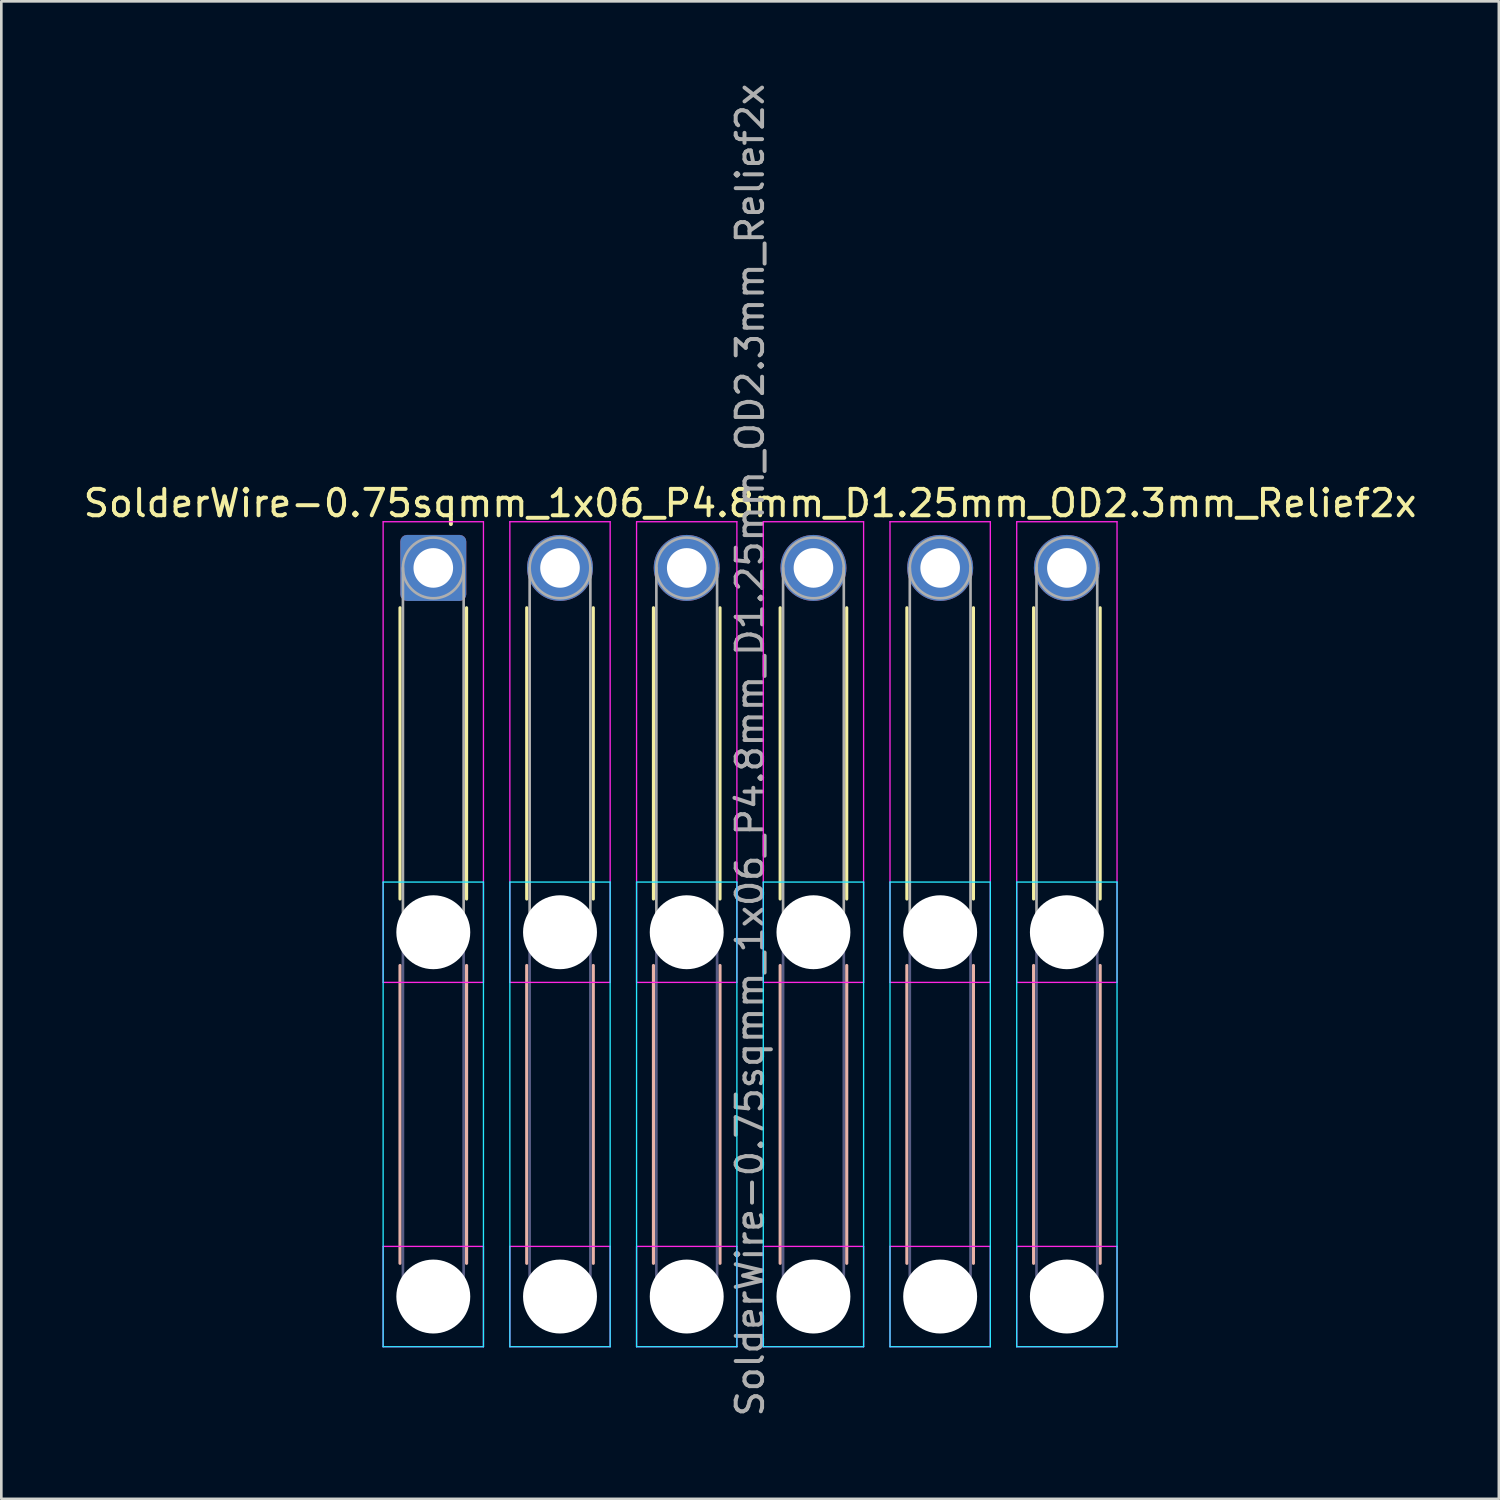
<source format=kicad_pcb>
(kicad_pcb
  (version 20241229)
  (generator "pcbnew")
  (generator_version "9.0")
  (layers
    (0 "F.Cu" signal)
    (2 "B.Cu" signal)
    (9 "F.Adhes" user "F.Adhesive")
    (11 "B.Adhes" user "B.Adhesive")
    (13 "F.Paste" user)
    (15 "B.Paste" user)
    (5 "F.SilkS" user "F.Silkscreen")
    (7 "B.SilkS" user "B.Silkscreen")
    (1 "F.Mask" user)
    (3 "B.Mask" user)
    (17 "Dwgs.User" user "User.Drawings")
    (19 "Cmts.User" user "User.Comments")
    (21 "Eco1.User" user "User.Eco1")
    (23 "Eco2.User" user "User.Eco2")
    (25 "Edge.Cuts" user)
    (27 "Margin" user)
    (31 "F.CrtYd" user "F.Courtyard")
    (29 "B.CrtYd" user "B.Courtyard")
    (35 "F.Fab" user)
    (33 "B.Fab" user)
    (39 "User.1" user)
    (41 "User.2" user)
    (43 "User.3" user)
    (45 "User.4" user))
  (footprint "SolderWire-0.75sqmm_1x06_P4.8mm_D1.25mm_OD2.3mm_Relief2x"
    (layer "F.Cu")
    (at 13.363 18.463)
    (property "Reference" "SolderWire-0.75sqmm_1x06_P4.8mm_D1.25mm_OD2.3mm_Relief2x" (at 12 -2.45 0) (layer "F.SilkS") (effects (font (size 1 1) (thickness 0.15))))
    (attr exclude_from_pos_files exclude_from_bom)
    (fp_line (start -1.26 1.51) (end -1.26 12.54) (stroke (width 0.12) (type solid)) (layer "F.SilkS"))
    (fp_line (start 1.26 1.51) (end 1.26 12.54) (stroke (width 0.12) (type solid)) (layer "F.SilkS"))
    (fp_line (start 3.54 1.51) (end 3.54 12.54) (stroke (width 0.12) (type solid)) (layer "F.SilkS"))
    (fp_line (start 6.06 1.51) (end 6.06 12.54) (stroke (width 0.12) (type solid)) (layer "F.SilkS"))
    (fp_line (start 8.34 1.51) (end 8.34 12.54) (stroke (width 0.12) (type solid)) (layer "F.SilkS"))
    (fp_line (start 10.86 1.51) (end 10.86 12.54) (stroke (width 0.12) (type solid)) (layer "F.SilkS"))
    (fp_line (start 13.14 1.51) (end 13.14 12.54) (stroke (width 0.12) (type solid)) (layer "F.SilkS"))
    (fp_line (start 15.66 1.51) (end 15.66 12.54) (stroke (width 0.12) (type solid)) (layer "F.SilkS"))
    (fp_line (start 17.94 1.51) (end 17.94 12.54) (stroke (width 0.12) (type solid)) (layer "F.SilkS"))
    (fp_line (start 20.46 1.51) (end 20.46 12.54) (stroke (width 0.12) (type solid)) (layer "F.SilkS"))
    (fp_line (start 22.74 1.51) (end 22.74 12.54) (stroke (width 0.12) (type solid)) (layer "F.SilkS"))
    (fp_line (start 25.26 1.51) (end 25.26 12.54) (stroke (width 0.12) (type solid)) (layer "F.SilkS"))
    (fp_line (start -1.26 15.06) (end -1.26 26.34) (stroke (width 0.12) (type solid)) (layer "B.SilkS"))
    (fp_line (start 1.26 15.06) (end 1.26 26.34) (stroke (width 0.12) (type solid)) (layer "B.SilkS"))
    (fp_line (start 3.54 15.06) (end 3.54 26.34) (stroke (width 0.12) (type solid)) (layer "B.SilkS"))
    (fp_line (start 6.06 15.06) (end 6.06 26.34) (stroke (width 0.12) (type solid)) (layer "B.SilkS"))
    (fp_line (start 8.34 15.06) (end 8.34 26.34) (stroke (width 0.12) (type solid)) (layer "B.SilkS"))
    (fp_line (start 10.86 15.06) (end 10.86 26.34) (stroke (width 0.12) (type solid)) (layer "B.SilkS"))
    (fp_line (start 13.14 15.06) (end 13.14 26.34) (stroke (width 0.12) (type solid)) (layer "B.SilkS"))
    (fp_line (start 15.66 15.06) (end 15.66 26.34) (stroke (width 0.12) (type solid)) (layer "B.SilkS"))
    (fp_line (start 17.94 15.06) (end 17.94 26.34) (stroke (width 0.12) (type solid)) (layer "B.SilkS"))
    (fp_line (start 20.46 15.06) (end 20.46 26.34) (stroke (width 0.12) (type solid)) (layer "B.SilkS"))
    (fp_line (start 22.74 15.06) (end 22.74 26.34) (stroke (width 0.12) (type solid)) (layer "B.SilkS"))
    (fp_line (start 25.26 15.06) (end 25.26 26.34) (stroke (width 0.12) (type solid)) (layer "B.SilkS"))
    (fp_line (start -1.9 11.9) (end -1.9 29.5) (stroke (width 0.05) (type solid)) (layer "B.CrtYd"))
    (fp_line (start -1.9 29.5) (end 1.9 29.5) (stroke (width 0.05) (type solid)) (layer "B.CrtYd"))
    (fp_line (start 1.9 11.9) (end -1.9 11.9) (stroke (width 0.05) (type solid)) (layer "B.CrtYd"))
    (fp_line (start 1.9 29.5) (end 1.9 11.9) (stroke (width 0.05) (type solid)) (layer "B.CrtYd"))
    (fp_line (start 2.9 11.9) (end 2.9 29.5) (stroke (width 0.05) (type solid)) (layer "B.CrtYd"))
    (fp_line (start 2.9 29.5) (end 6.7 29.5) (stroke (width 0.05) (type solid)) (layer "B.CrtYd"))
    (fp_line (start 6.7 11.9) (end 2.9 11.9) (stroke (width 0.05) (type solid)) (layer "B.CrtYd"))
    (fp_line (start 6.7 29.5) (end 6.7 11.9) (stroke (width 0.05) (type solid)) (layer "B.CrtYd"))
    (fp_line (start 7.7 11.9) (end 7.7 29.5) (stroke (width 0.05) (type solid)) (layer "B.CrtYd"))
    (fp_line (start 7.7 29.5) (end 11.5 29.5) (stroke (width 0.05) (type solid)) (layer "B.CrtYd"))
    (fp_line (start 11.5 11.9) (end 7.7 11.9) (stroke (width 0.05) (type solid)) (layer "B.CrtYd"))
    (fp_line (start 11.5 29.5) (end 11.5 11.9) (stroke (width 0.05) (type solid)) (layer "B.CrtYd"))
    (fp_line (start 12.5 11.9) (end 12.5 29.5) (stroke (width 0.05) (type solid)) (layer "B.CrtYd"))
    (fp_line (start 12.5 29.5) (end 16.3 29.5) (stroke (width 0.05) (type solid)) (layer "B.CrtYd"))
    (fp_line (start 16.3 11.9) (end 12.5 11.9) (stroke (width 0.05) (type solid)) (layer "B.CrtYd"))
    (fp_line (start 16.3 29.5) (end 16.3 11.9) (stroke (width 0.05) (type solid)) (layer "B.CrtYd"))
    (fp_line (start 17.3 11.9) (end 17.3 29.5) (stroke (width 0.05) (type solid)) (layer "B.CrtYd"))
    (fp_line (start 17.3 29.5) (end 21.1 29.5) (stroke (width 0.05) (type solid)) (layer "B.CrtYd"))
    (fp_line (start 21.1 11.9) (end 17.3 11.9) (stroke (width 0.05) (type solid)) (layer "B.CrtYd"))
    (fp_line (start 21.1 29.5) (end 21.1 11.9) (stroke (width 0.05) (type solid)) (layer "B.CrtYd"))
    (fp_line (start 22.1 11.9) (end 22.1 29.5) (stroke (width 0.05) (type solid)) (layer "B.CrtYd"))
    (fp_line (start 22.1 29.5) (end 25.9 29.5) (stroke (width 0.05) (type solid)) (layer "B.CrtYd"))
    (fp_line (start 25.9 11.9) (end 22.1 11.9) (stroke (width 0.05) (type solid)) (layer "B.CrtYd"))
    (fp_line (start 25.9 29.5) (end 25.9 11.9) (stroke (width 0.05) (type solid)) (layer "B.CrtYd"))
    (fp_line (start -1.9 -1.75) (end -1.9 15.7) (stroke (width 0.05) (type solid)) (layer "F.CrtYd"))
    (fp_line (start -1.9 15.7) (end 1.9 15.7) (stroke (width 0.05) (type solid)) (layer "F.CrtYd"))
    (fp_line (start -1.9 25.7) (end -1.9 29.5) (stroke (width 0.05) (type solid)) (layer "F.CrtYd"))
    (fp_line (start -1.9 29.5) (end 1.9 29.5) (stroke (width 0.05) (type solid)) (layer "F.CrtYd"))
    (fp_line (start 1.9 -1.75) (end -1.9 -1.75) (stroke (width 0.05) (type solid)) (layer "F.CrtYd"))
    (fp_line (start 1.9 15.7) (end 1.9 -1.75) (stroke (width 0.05) (type solid)) (layer "F.CrtYd"))
    (fp_line (start 1.9 25.7) (end -1.9 25.7) (stroke (width 0.05) (type solid)) (layer "F.CrtYd"))
    (fp_line (start 1.9 29.5) (end 1.9 25.7) (stroke (width 0.05) (type solid)) (layer "F.CrtYd"))
    (fp_line (start 2.9 -1.75) (end 2.9 15.7) (stroke (width 0.05) (type solid)) (layer "F.CrtYd"))
    (fp_line (start 2.9 15.7) (end 6.7 15.7) (stroke (width 0.05) (type solid)) (layer "F.CrtYd"))
    (fp_line (start 2.9 25.7) (end 2.9 29.5) (stroke (width 0.05) (type solid)) (layer "F.CrtYd"))
    (fp_line (start 2.9 29.5) (end 6.7 29.5) (stroke (width 0.05) (type solid)) (layer "F.CrtYd"))
    (fp_line (start 6.7 -1.75) (end 2.9 -1.75) (stroke (width 0.05) (type solid)) (layer "F.CrtYd"))
    (fp_line (start 6.7 15.7) (end 6.7 -1.75) (stroke (width 0.05) (type solid)) (layer "F.CrtYd"))
    (fp_line (start 6.7 25.7) (end 2.9 25.7) (stroke (width 0.05) (type solid)) (layer "F.CrtYd"))
    (fp_line (start 6.7 29.5) (end 6.7 25.7) (stroke (width 0.05) (type solid)) (layer "F.CrtYd"))
    (fp_line (start 7.7 -1.75) (end 7.7 15.7) (stroke (width 0.05) (type solid)) (layer "F.CrtYd"))
    (fp_line (start 7.7 15.7) (end 11.5 15.7) (stroke (width 0.05) (type solid)) (layer "F.CrtYd"))
    (fp_line (start 7.7 25.7) (end 7.7 29.5) (stroke (width 0.05) (type solid)) (layer "F.CrtYd"))
    (fp_line (start 7.7 29.5) (end 11.5 29.5) (stroke (width 0.05) (type solid)) (layer "F.CrtYd"))
    (fp_line (start 11.5 -1.75) (end 7.7 -1.75) (stroke (width 0.05) (type solid)) (layer "F.CrtYd"))
    (fp_line (start 11.5 15.7) (end 11.5 -1.75) (stroke (width 0.05) (type solid)) (layer "F.CrtYd"))
    (fp_line (start 11.5 25.7) (end 7.7 25.7) (stroke (width 0.05) (type solid)) (layer "F.CrtYd"))
    (fp_line (start 11.5 29.5) (end 11.5 25.7) (stroke (width 0.05) (type solid)) (layer "F.CrtYd"))
    (fp_line (start 12.5 -1.75) (end 12.5 15.7) (stroke (width 0.05) (type solid)) (layer "F.CrtYd"))
    (fp_line (start 12.5 15.7) (end 16.3 15.7) (stroke (width 0.05) (type solid)) (layer "F.CrtYd"))
    (fp_line (start 12.5 25.7) (end 12.5 29.5) (stroke (width 0.05) (type solid)) (layer "F.CrtYd"))
    (fp_line (start 12.5 29.5) (end 16.3 29.5) (stroke (width 0.05) (type solid)) (layer "F.CrtYd"))
    (fp_line (start 16.3 -1.75) (end 12.5 -1.75) (stroke (width 0.05) (type solid)) (layer "F.CrtYd"))
    (fp_line (start 16.3 15.7) (end 16.3 -1.75) (stroke (width 0.05) (type solid)) (layer "F.CrtYd"))
    (fp_line (start 16.3 25.7) (end 12.5 25.7) (stroke (width 0.05) (type solid)) (layer "F.CrtYd"))
    (fp_line (start 16.3 29.5) (end 16.3 25.7) (stroke (width 0.05) (type solid)) (layer "F.CrtYd"))
    (fp_line (start 17.3 -1.75) (end 17.3 15.7) (stroke (width 0.05) (type solid)) (layer "F.CrtYd"))
    (fp_line (start 17.3 15.7) (end 21.1 15.7) (stroke (width 0.05) (type solid)) (layer "F.CrtYd"))
    (fp_line (start 17.3 25.7) (end 17.3 29.5) (stroke (width 0.05) (type solid)) (layer "F.CrtYd"))
    (fp_line (start 17.3 29.5) (end 21.1 29.5) (stroke (width 0.05) (type solid)) (layer "F.CrtYd"))
    (fp_line (start 21.1 -1.75) (end 17.3 -1.75) (stroke (width 0.05) (type solid)) (layer "F.CrtYd"))
    (fp_line (start 21.1 15.7) (end 21.1 -1.75) (stroke (width 0.05) (type solid)) (layer "F.CrtYd"))
    (fp_line (start 21.1 25.7) (end 17.3 25.7) (stroke (width 0.05) (type solid)) (layer "F.CrtYd"))
    (fp_line (start 21.1 29.5) (end 21.1 25.7) (stroke (width 0.05) (type solid)) (layer "F.CrtYd"))
    (fp_line (start 22.1 -1.75) (end 22.1 15.7) (stroke (width 0.05) (type solid)) (layer "F.CrtYd"))
    (fp_line (start 22.1 15.7) (end 25.9 15.7) (stroke (width 0.05) (type solid)) (layer "F.CrtYd"))
    (fp_line (start 22.1 25.7) (end 22.1 29.5) (stroke (width 0.05) (type solid)) (layer "F.CrtYd"))
    (fp_line (start 22.1 29.5) (end 25.9 29.5) (stroke (width 0.05) (type solid)) (layer "F.CrtYd"))
    (fp_line (start 25.9 -1.75) (end 22.1 -1.75) (stroke (width 0.05) (type solid)) (layer "F.CrtYd"))
    (fp_line (start 25.9 15.7) (end 25.9 -1.75) (stroke (width 0.05) (type solid)) (layer "F.CrtYd"))
    (fp_line (start 25.9 25.7) (end 22.1 25.7) (stroke (width 0.05) (type solid)) (layer "F.CrtYd"))
    (fp_line (start 25.9 29.5) (end 25.9 25.7) (stroke (width 0.05) (type solid)) (layer "F.CrtYd"))
    (fp_line (start -1.15 13.8) (end -1.15 27.6) (stroke (width 0.1) (type solid)) (layer "B.Fab"))
    (fp_line (start 1.15 13.8) (end 1.15 27.6) (stroke (width 0.1) (type solid)) (layer "B.Fab"))
    (fp_line (start 3.65 13.8) (end 3.65 27.6) (stroke (width 0.1) (type solid)) (layer "B.Fab"))
    (fp_line (start 5.95 13.8) (end 5.95 27.6) (stroke (width 0.1) (type solid)) (layer "B.Fab"))
    (fp_line (start 8.45 13.8) (end 8.45 27.6) (stroke (width 0.1) (type solid)) (layer "B.Fab"))
    (fp_line (start 10.75 13.8) (end 10.75 27.6) (stroke (width 0.1) (type solid)) (layer "B.Fab"))
    (fp_line (start 13.25 13.8) (end 13.25 27.6) (stroke (width 0.1) (type solid)) (layer "B.Fab"))
    (fp_line (start 15.55 13.8) (end 15.55 27.6) (stroke (width 0.1) (type solid)) (layer "B.Fab"))
    (fp_line (start 18.05 13.8) (end 18.05 27.6) (stroke (width 0.1) (type solid)) (layer "B.Fab"))
    (fp_line (start 20.35 13.8) (end 20.35 27.6) (stroke (width 0.1) (type solid)) (layer "B.Fab"))
    (fp_line (start 22.85 13.8) (end 22.85 27.6) (stroke (width 0.1) (type solid)) (layer "B.Fab"))
    (fp_line (start 25.15 13.8) (end 25.15 27.6) (stroke (width 0.1) (type solid)) (layer "B.Fab"))
    (fp_circle (center 0 13.8) (end 1.15 13.8) (stroke (width 0.1) (type solid)) (fill no) (layer "B.Fab"))
    (fp_circle (center 0 27.6) (end 1.15 27.6) (stroke (width 0.1) (type solid)) (fill no) (layer "B.Fab"))
    (fp_circle (center 4.8 13.8) (end 5.95 13.8) (stroke (width 0.1) (type solid)) (fill no) (layer "B.Fab"))
    (fp_circle (center 4.8 27.6) (end 5.95 27.6) (stroke (width 0.1) (type solid)) (fill no) (layer "B.Fab"))
    (fp_circle (center 9.6 13.8) (end 10.75 13.8) (stroke (width 0.1) (type solid)) (fill no) (layer "B.Fab"))
    (fp_circle (center 9.6 27.6) (end 10.75 27.6) (stroke (width 0.1) (type solid)) (fill no) (layer "B.Fab"))
    (fp_circle (center 14.4 13.8) (end 15.55 13.8) (stroke (width 0.1) (type solid)) (fill no) (layer "B.Fab"))
    (fp_circle (center 14.4 27.6) (end 15.55 27.6) (stroke (width 0.1) (type solid)) (fill no) (layer "B.Fab"))
    (fp_circle (center 19.2 13.8) (end 20.35 13.8) (stroke (width 0.1) (type solid)) (fill no) (layer "B.Fab"))
    (fp_circle (center 19.2 27.6) (end 20.35 27.6) (stroke (width 0.1) (type solid)) (fill no) (layer "B.Fab"))
    (fp_circle (center 24 13.8) (end 25.15 13.8) (stroke (width 0.1) (type solid)) (fill no) (layer "B.Fab"))
    (fp_circle (center 24 27.6) (end 25.15 27.6) (stroke (width 0.1) (type solid)) (fill no) (layer "B.Fab"))
    (fp_line (start -1.15 0) (end -1.15 13.8) (stroke (width 0.1) (type solid)) (layer "F.Fab"))
    (fp_line (start 1.15 0) (end 1.15 13.8) (stroke (width 0.1) (type solid)) (layer "F.Fab"))
    (fp_line (start 3.65 0) (end 3.65 13.8) (stroke (width 0.1) (type solid)) (layer "F.Fab"))
    (fp_line (start 5.95 0) (end 5.95 13.8) (stroke (width 0.1) (type solid)) (layer "F.Fab"))
    (fp_line (start 8.45 0) (end 8.45 13.8) (stroke (width 0.1) (type solid)) (layer "F.Fab"))
    (fp_line (start 10.75 0) (end 10.75 13.8) (stroke (width 0.1) (type solid)) (layer "F.Fab"))
    (fp_line (start 13.25 0) (end 13.25 13.8) (stroke (width 0.1) (type solid)) (layer "F.Fab"))
    (fp_line (start 15.55 0) (end 15.55 13.8) (stroke (width 0.1) (type solid)) (layer "F.Fab"))
    (fp_line (start 18.05 0) (end 18.05 13.8) (stroke (width 0.1) (type solid)) (layer "F.Fab"))
    (fp_line (start 20.35 0) (end 20.35 13.8) (stroke (width 0.1) (type solid)) (layer "F.Fab"))
    (fp_line (start 22.85 0) (end 22.85 13.8) (stroke (width 0.1) (type solid)) (layer "F.Fab"))
    (fp_line (start 25.15 0) (end 25.15 13.8) (stroke (width 0.1) (type solid)) (layer "F.Fab"))
    (fp_circle (center 0 0) (end 1.15 0) (stroke (width 0.1) (type solid)) (fill no) (layer "F.Fab"))
    (fp_circle (center 0 13.8) (end 1.15 13.8) (stroke (width 0.1) (type solid)) (fill no) (layer "F.Fab"))
    (fp_circle (center 0 27.6) (end 1.15 27.6) (stroke (width 0.1) (type solid)) (fill no) (layer "F.Fab"))
    (fp_circle (center 4.8 0) (end 5.95 0) (stroke (width 0.1) (type solid)) (fill no) (layer "F.Fab"))
    (fp_circle (center 4.8 13.8) (end 5.95 13.8) (stroke (width 0.1) (type solid)) (fill no) (layer "F.Fab"))
    (fp_circle (center 4.8 27.6) (end 5.95 27.6) (stroke (width 0.1) (type solid)) (fill no) (layer "F.Fab"))
    (fp_circle (center 9.6 0) (end 10.75 0) (stroke (width 0.1) (type solid)) (fill no) (layer "F.Fab"))
    (fp_circle (center 9.6 13.8) (end 10.75 13.8) (stroke (width 0.1) (type solid)) (fill no) (layer "F.Fab"))
    (fp_circle (center 9.6 27.6) (end 10.75 27.6) (stroke (width 0.1) (type solid)) (fill no) (layer "F.Fab"))
    (fp_circle (center 14.4 0) (end 15.55 0) (stroke (width 0.1) (type solid)) (fill no) (layer "F.Fab"))
    (fp_circle (center 14.4 13.8) (end 15.55 13.8) (stroke (width 0.1) (type solid)) (fill no) (layer "F.Fab"))
    (fp_circle (center 14.4 27.6) (end 15.55 27.6) (stroke (width 0.1) (type solid)) (fill no) (layer "F.Fab"))
    (fp_circle (center 19.2 0) (end 20.35 0) (stroke (width 0.1) (type solid)) (fill no) (layer "F.Fab"))
    (fp_circle (center 19.2 13.8) (end 20.35 13.8) (stroke (width 0.1) (type solid)) (fill no) (layer "F.Fab"))
    (fp_circle (center 19.2 27.6) (end 20.35 27.6) (stroke (width 0.1) (type solid)) (fill no) (layer "F.Fab"))
    (fp_circle (center 24 0) (end 25.15 0) (stroke (width 0.1) (type solid)) (fill no) (layer "F.Fab"))
    (fp_circle (center 24 13.8) (end 25.15 13.8) (stroke (width 0.1) (type solid)) (fill no) (layer "F.Fab"))
    (fp_circle (center 24 27.6) (end 25.15 27.6) (stroke (width 0.1) (type solid)) (fill no) (layer "F.Fab"))
    (fp_text user "${REFERENCE}" (at 12 6.9 90) (layer "F.Fab") (effects (font (size 1 1) (thickness 0.15))))
    (pad "" np_thru_hole circle (at 0 13.8) (size 2.8 2.8) (drill 2.8) (layers "*.Cu" "*.Mask"))
    (pad "" np_thru_hole circle (at 0 27.6) (size 2.8 2.8) (drill 2.8) (layers "*.Cu" "*.Mask"))
    (pad "" np_thru_hole circle (at 4.8 13.8) (size 2.8 2.8) (drill 2.8) (layers "*.Cu" "*.Mask"))
    (pad "" np_thru_hole circle (at 4.8 27.6) (size 2.8 2.8) (drill 2.8) (layers "*.Cu" "*.Mask"))
    (pad "" np_thru_hole circle (at 9.6 13.8) (size 2.8 2.8) (drill 2.8) (layers "*.Cu" "*.Mask"))
    (pad "" np_thru_hole circle (at 9.6 27.6) (size 2.8 2.8) (drill 2.8) (layers "*.Cu" "*.Mask"))
    (pad "" np_thru_hole circle (at 14.4 13.8) (size 2.8 2.8) (drill 2.8) (layers "*.Cu" "*.Mask"))
    (pad "" np_thru_hole circle (at 14.4 27.6) (size 2.8 2.8) (drill 2.8) (layers "*.Cu" "*.Mask"))
    (pad "" np_thru_hole circle (at 19.2 13.8) (size 2.8 2.8) (drill 2.8) (layers "*.Cu" "*.Mask"))
    (pad "" np_thru_hole circle (at 19.2 27.6) (size 2.8 2.8) (drill 2.8) (layers "*.Cu" "*.Mask"))
    (pad "" np_thru_hole circle (at 24 13.8) (size 2.8 2.8) (drill 2.8) (layers "*.Cu" "*.Mask"))
    (pad "" np_thru_hole circle (at 24 27.6) (size 2.8 2.8) (drill 2.8) (layers "*.Cu" "*.Mask"))
    (pad "1" thru_hole roundrect (at 0 0) (size 2.5 2.5) (drill 1.5) (layers "*.Cu" "*.Mask") (roundrect_rratio 0.1))
    (pad "2" thru_hole circle (at 4.8 0) (size 2.5 2.5) (drill 1.5) (layers "*.Cu" "*.Mask"))
    (pad "3" thru_hole circle (at 9.6 0) (size 2.5 2.5) (drill 1.5) (layers "*.Cu" "*.Mask"))
    (pad "4" thru_hole circle (at 14.4 0) (size 2.5 2.5) (drill 1.5) (layers "*.Cu" "*.Mask"))
    (pad "5" thru_hole circle (at 19.2 0) (size 2.5 2.5) (drill 1.5) (layers "*.Cu" "*.Mask"))
    (pad "6" thru_hole circle (at 24 0) (size 2.5 2.5) (drill 1.5) (layers "*.Cu" "*.Mask")))
  (gr_rect
    (start -3 -3)
    (end 53.726 53.726)
    (stroke (width 0.1) (type default))
    (fill no)
    (layer "Edge.Cuts")))
</source>
